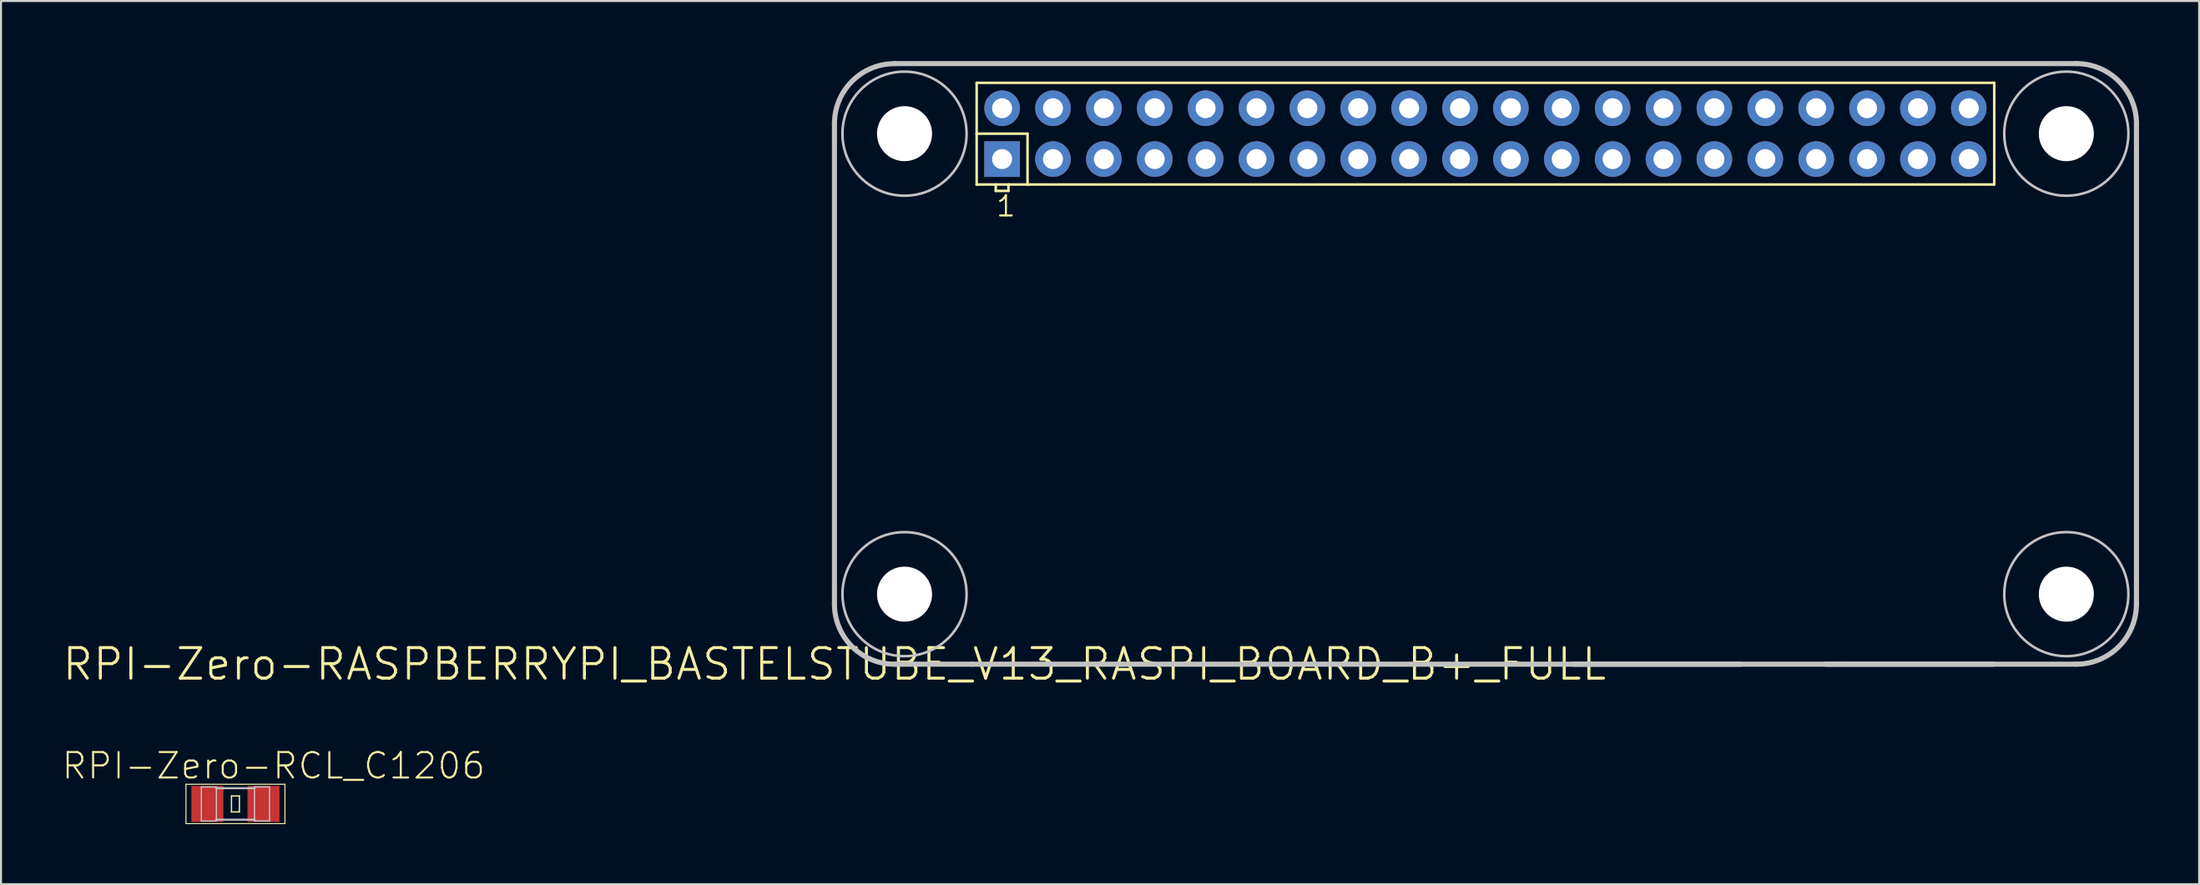
<source format=kicad_pcb>
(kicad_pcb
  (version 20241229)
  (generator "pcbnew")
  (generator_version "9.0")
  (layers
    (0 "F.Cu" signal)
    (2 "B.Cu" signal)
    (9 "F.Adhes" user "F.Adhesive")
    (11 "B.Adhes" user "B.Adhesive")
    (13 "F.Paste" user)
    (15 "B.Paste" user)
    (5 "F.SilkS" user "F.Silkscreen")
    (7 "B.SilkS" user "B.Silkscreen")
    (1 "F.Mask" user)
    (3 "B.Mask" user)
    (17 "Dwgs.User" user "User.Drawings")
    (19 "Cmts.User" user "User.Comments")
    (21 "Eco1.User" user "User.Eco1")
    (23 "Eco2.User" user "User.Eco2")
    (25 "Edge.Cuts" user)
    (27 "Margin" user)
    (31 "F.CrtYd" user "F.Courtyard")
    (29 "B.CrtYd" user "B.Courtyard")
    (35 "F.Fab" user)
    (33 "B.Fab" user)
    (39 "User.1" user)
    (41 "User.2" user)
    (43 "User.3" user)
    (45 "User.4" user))
  (footprint "RPI-Zero-RASPBERRYPI_BASTELSTUBE_V13_RASPI_BOARD_B+_FULL"
    (layer "F.Cu")
    (at 38.608 30.127)
    (property "Reference" "RPI-Zero-RASPBERRYPI_BASTELSTUBE_V13_RASPI_BOARD_B+_FULL" (at 0 0 0) (layer "F.SilkS") (effects (font (size 1.524 1.524) (thickness 0.15))))
    (attr exclude_from_pos_files exclude_from_bom)
    (fp_line (start 7.099 -29.04) (end 7.099 -26.5) (stroke (width 0.127) (type solid)) (layer "F.SilkS"))
    (fp_line (start 7.099 -26.5) (end 7.099 -23.96) (stroke (width 0.127) (type solid)) (layer "F.SilkS"))
    (fp_line (start 7.099 -26.5) (end 9.639 -26.5) (stroke (width 0.127) (type solid)) (layer "F.SilkS"))
    (fp_line (start 7.099 -23.96) (end 8.052 -23.96) (stroke (width 0.127) (type solid)) (layer "F.SilkS"))
    (fp_line (start 8.052 -23.96) (end 8.052 -23.642) (stroke (width 0.127) (type solid)) (layer "F.SilkS"))
    (fp_line (start 8.052 -23.96) (end 8.687 -23.96) (stroke (width 0.127) (type solid)) (layer "F.SilkS"))
    (fp_line (start 8.052 -23.642) (end 8.687 -23.642) (stroke (width 0.127) (type solid)) (layer "F.SilkS"))
    (fp_line (start 8.687 -23.96) (end 9.639 -23.96) (stroke (width 0.127) (type solid)) (layer "F.SilkS"))
    (fp_line (start 8.687 -23.642) (end 8.687 -23.96) (stroke (width 0.127) (type solid)) (layer "F.SilkS"))
    (fp_line (start 9.639 -26.5) (end 9.639 -23.96) (stroke (width 0.127) (type solid)) (layer "F.SilkS"))
    (fp_line (start 9.639 -23.96) (end 57.899 -23.96) (stroke (width 0.127) (type solid)) (layer "F.SilkS"))
    (fp_line (start 57.899 -29.04) (end 7.099 -29.04) (stroke (width 0.127) (type solid)) (layer "F.SilkS"))
    (fp_line (start 57.899 -23.96) (end 57.899 -29.04) (stroke (width 0.127) (type solid)) (layer "F.SilkS"))
    (fp_line (start 0 -26.998) (end 0 -3) (stroke (width 0.254) (type solid)) (layer "Dwgs.User"))
    (fp_line (start 3 0) (end 6.848 0) (stroke (width 0.254) (type solid)) (layer "Dwgs.User"))
    (fp_line (start 6.848 0) (end 14.348 0) (stroke (width 0.254) (type solid)) (layer "Dwgs.User"))
    (fp_line (start 14.348 0) (end 61.999 0) (stroke (width 0.254) (type solid)) (layer "Dwgs.User"))
    (fp_line (start 36.899 0) (end 37.749 0) (stroke (width 0.254) (type solid)) (layer "Dwgs.User"))
    (fp_line (start 37.749 0) (end 45.248 0) (stroke (width 0.254) (type solid)) (layer "Dwgs.User"))
    (fp_line (start 49.5 0) (end 50.348 0) (stroke (width 0.254) (type solid)) (layer "Dwgs.User"))
    (fp_line (start 50.348 0) (end 57.849 0) (stroke (width 0.254) (type solid)) (layer "Dwgs.User"))
    (fp_line (start 61.999 -30) (end 3 -30) (stroke (width 0.254) (type solid)) (layer "Dwgs.User"))
    (fp_line (start 64.999 -3) (end 64.999 -26.998) (stroke (width 0.254) (type solid)) (layer "Dwgs.User"))
    (fp_arc (start 0 -26.99766) (mid 0.878604 -29.118796) (end 2.99974 -29.9974) (stroke (width 0.254) (type solid)) (layer "Dwgs.User"))
    (fp_arc (start 2.99974 0) (mid 0.878604 -0.878604) (end 0 -2.99974) (stroke (width 0.254) (type solid)) (layer "Dwgs.User"))
    (fp_arc (start 61.99886 -29.99994) (mid 64.121793 -29.120593) (end 65.00114 -26.99766) (stroke (width 0.254) (type solid)) (layer "Dwgs.User"))
    (fp_arc (start 64.9986 -2.99974) (mid 64.119996 -0.878604) (end 61.99886 0) (stroke (width 0.254) (type solid)) (layer "Dwgs.User"))
    (fp_circle (center 3.498 -26.5) (end 3.498 -29.599) (stroke (width 0.127) (type solid)) (fill no) (layer "Dwgs.User"))
    (fp_circle (center 3.498 -3.498) (end 3.498 -6.596) (stroke (width 0.127) (type solid)) (fill no) (layer "Dwgs.User"))
    (fp_circle (center 61.498 -26.5) (end 61.498 -29.599) (stroke (width 0.127) (type solid)) (fill no) (layer "Dwgs.User"))
    (fp_circle (center 61.498 -3.498) (end 61.498 -6.596) (stroke (width 0.127) (type solid)) (fill no) (layer "Dwgs.User"))
    (fp_text user "1" (at 8.56 -22.88 0) (layer "F.SilkS") (effects (font (size 1.016 1.016) (thickness 0.102))))
    (pad "" np_thru_hole circle (at 3.498 -26.5) (size 2.748 2.748) (drill 2.748) (layers "*.Cu" "*.Mask"))
    (pad "" np_thru_hole circle (at 3.498 -3.498) (size 2.748 2.748) (drill 2.748) (layers "*.Cu" "*.Mask"))
    (pad "" np_thru_hole circle (at 61.498 -26.5) (size 2.748 2.748) (drill 2.748) (layers "*.Cu" "*.Mask"))
    (pad "" np_thru_hole circle (at 61.498 -3.498) (size 2.748 2.748) (drill 2.748) (layers "*.Cu" "*.Mask"))
    (pad "1" thru_hole rect (at 8.369 -25.23) (size 1.778 1.778) (drill 0.998) (layers "*.Cu" "*.Mask"))
    (pad "2" thru_hole circle (at 8.369 -27.77) (size 1.778 1.778) (drill 0.998) (layers "*.Cu" "*.Mask"))
    (pad "3" thru_hole circle (at 10.909 -25.23) (size 1.778 1.778) (drill 0.998) (layers "*.Cu" "*.Mask"))
    (pad "4" thru_hole circle (at 10.909 -27.77) (size 1.778 1.778) (drill 0.998) (layers "*.Cu" "*.Mask"))
    (pad "5" thru_hole circle (at 13.449 -25.23) (size 1.778 1.778) (drill 0.998) (layers "*.Cu" "*.Mask"))
    (pad "6" thru_hole circle (at 13.449 -27.77) (size 1.778 1.778) (drill 0.998) (layers "*.Cu" "*.Mask"))
    (pad "7" thru_hole circle (at 15.989 -25.23) (size 1.778 1.778) (drill 0.998) (layers "*.Cu" "*.Mask"))
    (pad "8" thru_hole circle (at 15.989 -27.77) (size 1.778 1.778) (drill 0.998) (layers "*.Cu" "*.Mask"))
    (pad "9" thru_hole circle (at 18.529 -25.23) (size 1.778 1.778) (drill 0.998) (layers "*.Cu" "*.Mask"))
    (pad "10" thru_hole circle (at 18.529 -27.77) (size 1.778 1.778) (drill 0.998) (layers "*.Cu" "*.Mask"))
    (pad "11" thru_hole circle (at 21.069 -25.23) (size 1.778 1.778) (drill 0.998) (layers "*.Cu" "*.Mask"))
    (pad "12" thru_hole circle (at 21.069 -27.77) (size 1.778 1.778) (drill 0.998) (layers "*.Cu" "*.Mask"))
    (pad "13" thru_hole circle (at 23.609 -25.23) (size 1.778 1.778) (drill 0.998) (layers "*.Cu" "*.Mask"))
    (pad "14" thru_hole circle (at 23.609 -27.77) (size 1.778 1.778) (drill 0.998) (layers "*.Cu" "*.Mask"))
    (pad "15" thru_hole circle (at 26.149 -25.23) (size 1.778 1.778) (drill 0.998) (layers "*.Cu" "*.Mask"))
    (pad "16" thru_hole circle (at 26.149 -27.77) (size 1.778 1.778) (drill 0.998) (layers "*.Cu" "*.Mask"))
    (pad "17" thru_hole circle (at 28.689 -25.23) (size 1.778 1.778) (drill 0.998) (layers "*.Cu" "*.Mask"))
    (pad "18" thru_hole circle (at 28.689 -27.77) (size 1.778 1.778) (drill 0.998) (layers "*.Cu" "*.Mask"))
    (pad "19" thru_hole circle (at 31.229 -25.23) (size 1.778 1.778) (drill 0.998) (layers "*.Cu" "*.Mask"))
    (pad "20" thru_hole circle (at 31.229 -27.77) (size 1.778 1.778) (drill 0.998) (layers "*.Cu" "*.Mask"))
    (pad "21" thru_hole circle (at 33.769 -25.23) (size 1.778 1.778) (drill 0.998) (layers "*.Cu" "*.Mask"))
    (pad "22" thru_hole circle (at 33.769 -27.77) (size 1.778 1.778) (drill 0.998) (layers "*.Cu" "*.Mask"))
    (pad "23" thru_hole circle (at 36.309 -25.23) (size 1.778 1.778) (drill 0.998) (layers "*.Cu" "*.Mask"))
    (pad "24" thru_hole circle (at 36.309 -27.77) (size 1.778 1.778) (drill 0.998) (layers "*.Cu" "*.Mask"))
    (pad "25" thru_hole circle (at 38.849 -25.23) (size 1.778 1.778) (drill 0.998) (layers "*.Cu" "*.Mask"))
    (pad "26" thru_hole circle (at 38.849 -27.77) (size 1.778 1.778) (drill 0.998) (layers "*.Cu" "*.Mask"))
    (pad "27" thru_hole circle (at 41.389 -25.23) (size 1.778 1.778) (drill 0.998) (layers "*.Cu" "*.Mask"))
    (pad "28" thru_hole circle (at 41.389 -27.77) (size 1.778 1.778) (drill 0.998) (layers "*.Cu" "*.Mask"))
    (pad "29" thru_hole circle (at 43.929 -25.23) (size 1.778 1.778) (drill 0.998) (layers "*.Cu" "*.Mask"))
    (pad "30" thru_hole circle (at 43.929 -27.77) (size 1.778 1.778) (drill 0.998) (layers "*.Cu" "*.Mask"))
    (pad "31" thru_hole circle (at 46.469 -25.23) (size 1.778 1.778) (drill 0.998) (layers "*.Cu" "*.Mask"))
    (pad "32" thru_hole circle (at 46.469 -27.77) (size 1.778 1.778) (drill 0.998) (layers "*.Cu" "*.Mask"))
    (pad "33" thru_hole circle (at 49.009 -25.23) (size 1.778 1.778) (drill 0.998) (layers "*.Cu" "*.Mask"))
    (pad "34" thru_hole circle (at 49.009 -27.77) (size 1.778 1.778) (drill 0.998) (layers "*.Cu" "*.Mask"))
    (pad "35" thru_hole circle (at 51.549 -25.23) (size 1.778 1.778) (drill 0.998) (layers "*.Cu" "*.Mask"))
    (pad "36" thru_hole circle (at 51.549 -27.77) (size 1.778 1.778) (drill 0.998) (layers "*.Cu" "*.Mask"))
    (pad "37" thru_hole circle (at 54.089 -25.23) (size 1.778 1.778) (drill 0.998) (layers "*.Cu" "*.Mask"))
    (pad "38" thru_hole circle (at 54.089 -27.77) (size 1.778 1.778) (drill 0.998) (layers "*.Cu" "*.Mask"))
    (pad "39" thru_hole circle (at 56.629 -25.23) (size 1.778 1.778) (drill 0.998) (layers "*.Cu" "*.Mask"))
    (pad "40" thru_hole circle (at 56.629 -27.77) (size 1.778 1.778) (drill 0.998) (layers "*.Cu" "*.Mask")))
  (footprint "RPI-Zero-RCL_C1206"
    (layer "F.Cu")
    (at 8.704 37.108)
    (property "Reference" "RPI-Zero-RCL_C1206" (at 1.905 -1.905 0) (layer "F.SilkS") (effects (font (size 1.27 1.27) (thickness 0.102))))
    (attr smd)
    (fp_line (start -2.471 -0.983) (end 2.471 -0.983) (stroke (width 0.051) (type solid)) (layer "F.SilkS"))
    (fp_line (start -2.471 0.983) (end -2.471 -0.983) (stroke (width 0.051) (type solid)) (layer "F.SilkS"))
    (fp_line (start -0.198 -0.399) (end 0.198 -0.399) (stroke (width 0.066) (type solid)) (layer "F.SilkS"))
    (fp_line (start -0.198 0.399) (end -0.198 -0.399) (stroke (width 0.066) (type solid)) (layer "F.SilkS"))
    (fp_line (start -0.198 0.399) (end 0.198 0.399) (stroke (width 0.066) (type solid)) (layer "F.SilkS"))
    (fp_line (start 0.198 0.399) (end 0.198 -0.399) (stroke (width 0.066) (type solid)) (layer "F.SilkS"))
    (fp_line (start 2.471 -0.983) (end 2.471 0.983) (stroke (width 0.051) (type solid)) (layer "F.SilkS"))
    (fp_line (start 2.471 0.983) (end -2.471 0.983) (stroke (width 0.051) (type solid)) (layer "F.SilkS"))
    (fp_line (start -1.702 -0.848) (end -0.95 -0.848) (stroke (width 0.066) (type solid)) (layer "Dwgs.User"))
    (fp_line (start -1.702 0.851) (end -1.702 -0.848) (stroke (width 0.066) (type solid)) (layer "Dwgs.User"))
    (fp_line (start -1.702 0.851) (end -0.95 0.851) (stroke (width 0.066) (type solid)) (layer "Dwgs.User"))
    (fp_line (start -0.963 -0.785) (end 0.963 -0.785) (stroke (width 0.102) (type solid)) (layer "Dwgs.User"))
    (fp_line (start -0.963 0.785) (end 0.963 0.785) (stroke (width 0.102) (type solid)) (layer "Dwgs.User"))
    (fp_line (start -0.95 0.851) (end -0.95 -0.848) (stroke (width 0.066) (type solid)) (layer "Dwgs.User"))
    (fp_line (start 0.95 -0.851) (end 1.702 -0.851) (stroke (width 0.066) (type solid)) (layer "Dwgs.User"))
    (fp_line (start 0.95 0.848) (end 0.95 -0.851) (stroke (width 0.066) (type solid)) (layer "Dwgs.User"))
    (fp_line (start 0.95 0.848) (end 1.702 0.848) (stroke (width 0.066) (type solid)) (layer "Dwgs.User"))
    (fp_line (start 1.702 0.848) (end 1.702 -0.851) (stroke (width 0.066) (type solid)) (layer "Dwgs.User"))
    (pad "1" smd rect (at -1.4 0) (size 1.598 1.798) (layers "F.Cu" "F.Mask" "F.Paste"))
    (pad "2" smd rect (at 1.4 0) (size 1.598 1.798) (layers "F.Cu" "F.Mask" "F.Paste")))
  (gr_rect
    (start -3 -3)
    (end 106.736 41.116)
    (stroke (width 0.1) (type default))
    (fill no)
    (layer "Edge.Cuts")))
</source>
